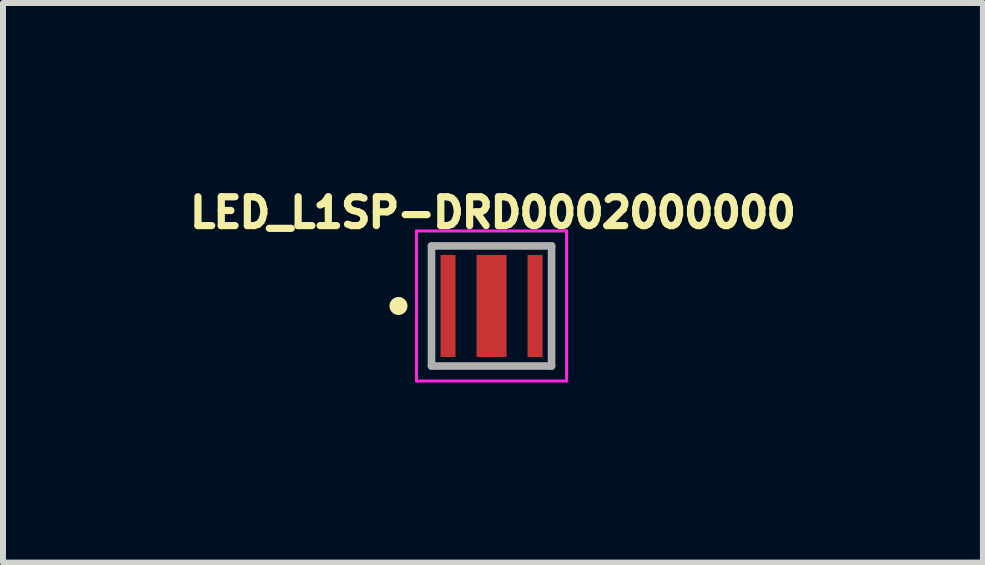
<source format=kicad_pcb>
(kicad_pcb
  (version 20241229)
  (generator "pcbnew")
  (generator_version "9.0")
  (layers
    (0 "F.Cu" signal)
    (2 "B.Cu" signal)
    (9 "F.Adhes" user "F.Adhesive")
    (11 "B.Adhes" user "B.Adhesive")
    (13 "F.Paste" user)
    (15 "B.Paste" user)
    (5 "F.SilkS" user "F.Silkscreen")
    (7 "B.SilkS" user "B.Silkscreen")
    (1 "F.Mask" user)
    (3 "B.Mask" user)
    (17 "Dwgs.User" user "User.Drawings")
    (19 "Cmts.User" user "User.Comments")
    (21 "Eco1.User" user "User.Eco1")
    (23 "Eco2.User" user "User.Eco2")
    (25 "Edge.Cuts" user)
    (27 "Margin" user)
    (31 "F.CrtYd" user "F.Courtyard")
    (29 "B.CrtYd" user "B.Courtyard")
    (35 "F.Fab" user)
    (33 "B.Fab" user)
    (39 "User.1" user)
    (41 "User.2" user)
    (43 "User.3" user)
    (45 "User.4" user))
  (footprint "LED_L1SP-DRD0002000000"
    (layer "F.Cu")
    (at 5.138 2.047)
    (property "Reference" "LED_L1SP-DRD0002000000" (at 0.024 -1.555 0) (layer "F.SilkS") (effects (font (size 0.48 0.48) (thickness 0.15))))
    (attr through_hole)
    (fp_circle (center -1.55 0) (end -1.4 0) (stroke (width 0) (type solid)) (fill yes) (layer "F.SilkS"))
    (fp_line (start -1.25 -1.25) (end -1.25 1.25) (stroke (width 0.05) (type solid)) (layer "F.CrtYd"))
    (fp_line (start -1.25 1.25) (end 1.25 1.25) (stroke (width 0.05) (type solid)) (layer "F.CrtYd"))
    (fp_line (start 1.25 -1.25) (end -1.25 -1.25) (stroke (width 0.05) (type solid)) (layer "F.CrtYd"))
    (fp_line (start 1.25 1.25) (end 1.25 -1.25) (stroke (width 0.05) (type solid)) (layer "F.CrtYd"))
    (fp_line (start -1 -1) (end -1 1) (stroke (width 0.127) (type solid)) (layer "F.Fab"))
    (fp_line (start -1 1) (end 1 1) (stroke (width 0.127) (type solid)) (layer "F.Fab"))
    (fp_line (start 1 -1) (end -1 -1) (stroke (width 0.127) (type solid)) (layer "F.Fab"))
    (fp_line (start 1 1) (end 1 -1) (stroke (width 0.127) (type solid)) (layer "F.Fab"))
    (pad "A" smd rect (at 0.725 0) (size 0.25 1.7) (layers "F.Cu" "F.Mask" "F.Paste"))
    (pad "HEATPAD" smd rect (at 0 0) (size 0.5 1.7) (layers "F.Cu" "F.Mask" "F.Paste"))
    (pad "K" smd rect (at -0.725 0) (size 0.25 1.7) (layers "F.Cu" "F.Mask" "F.Paste")))
  (gr_rect
    (start -3 -3)
    (end 13.324 6.322)
    (stroke (width 0.1) (type default))
    (fill no)
    (layer "Edge.Cuts")))
</source>
